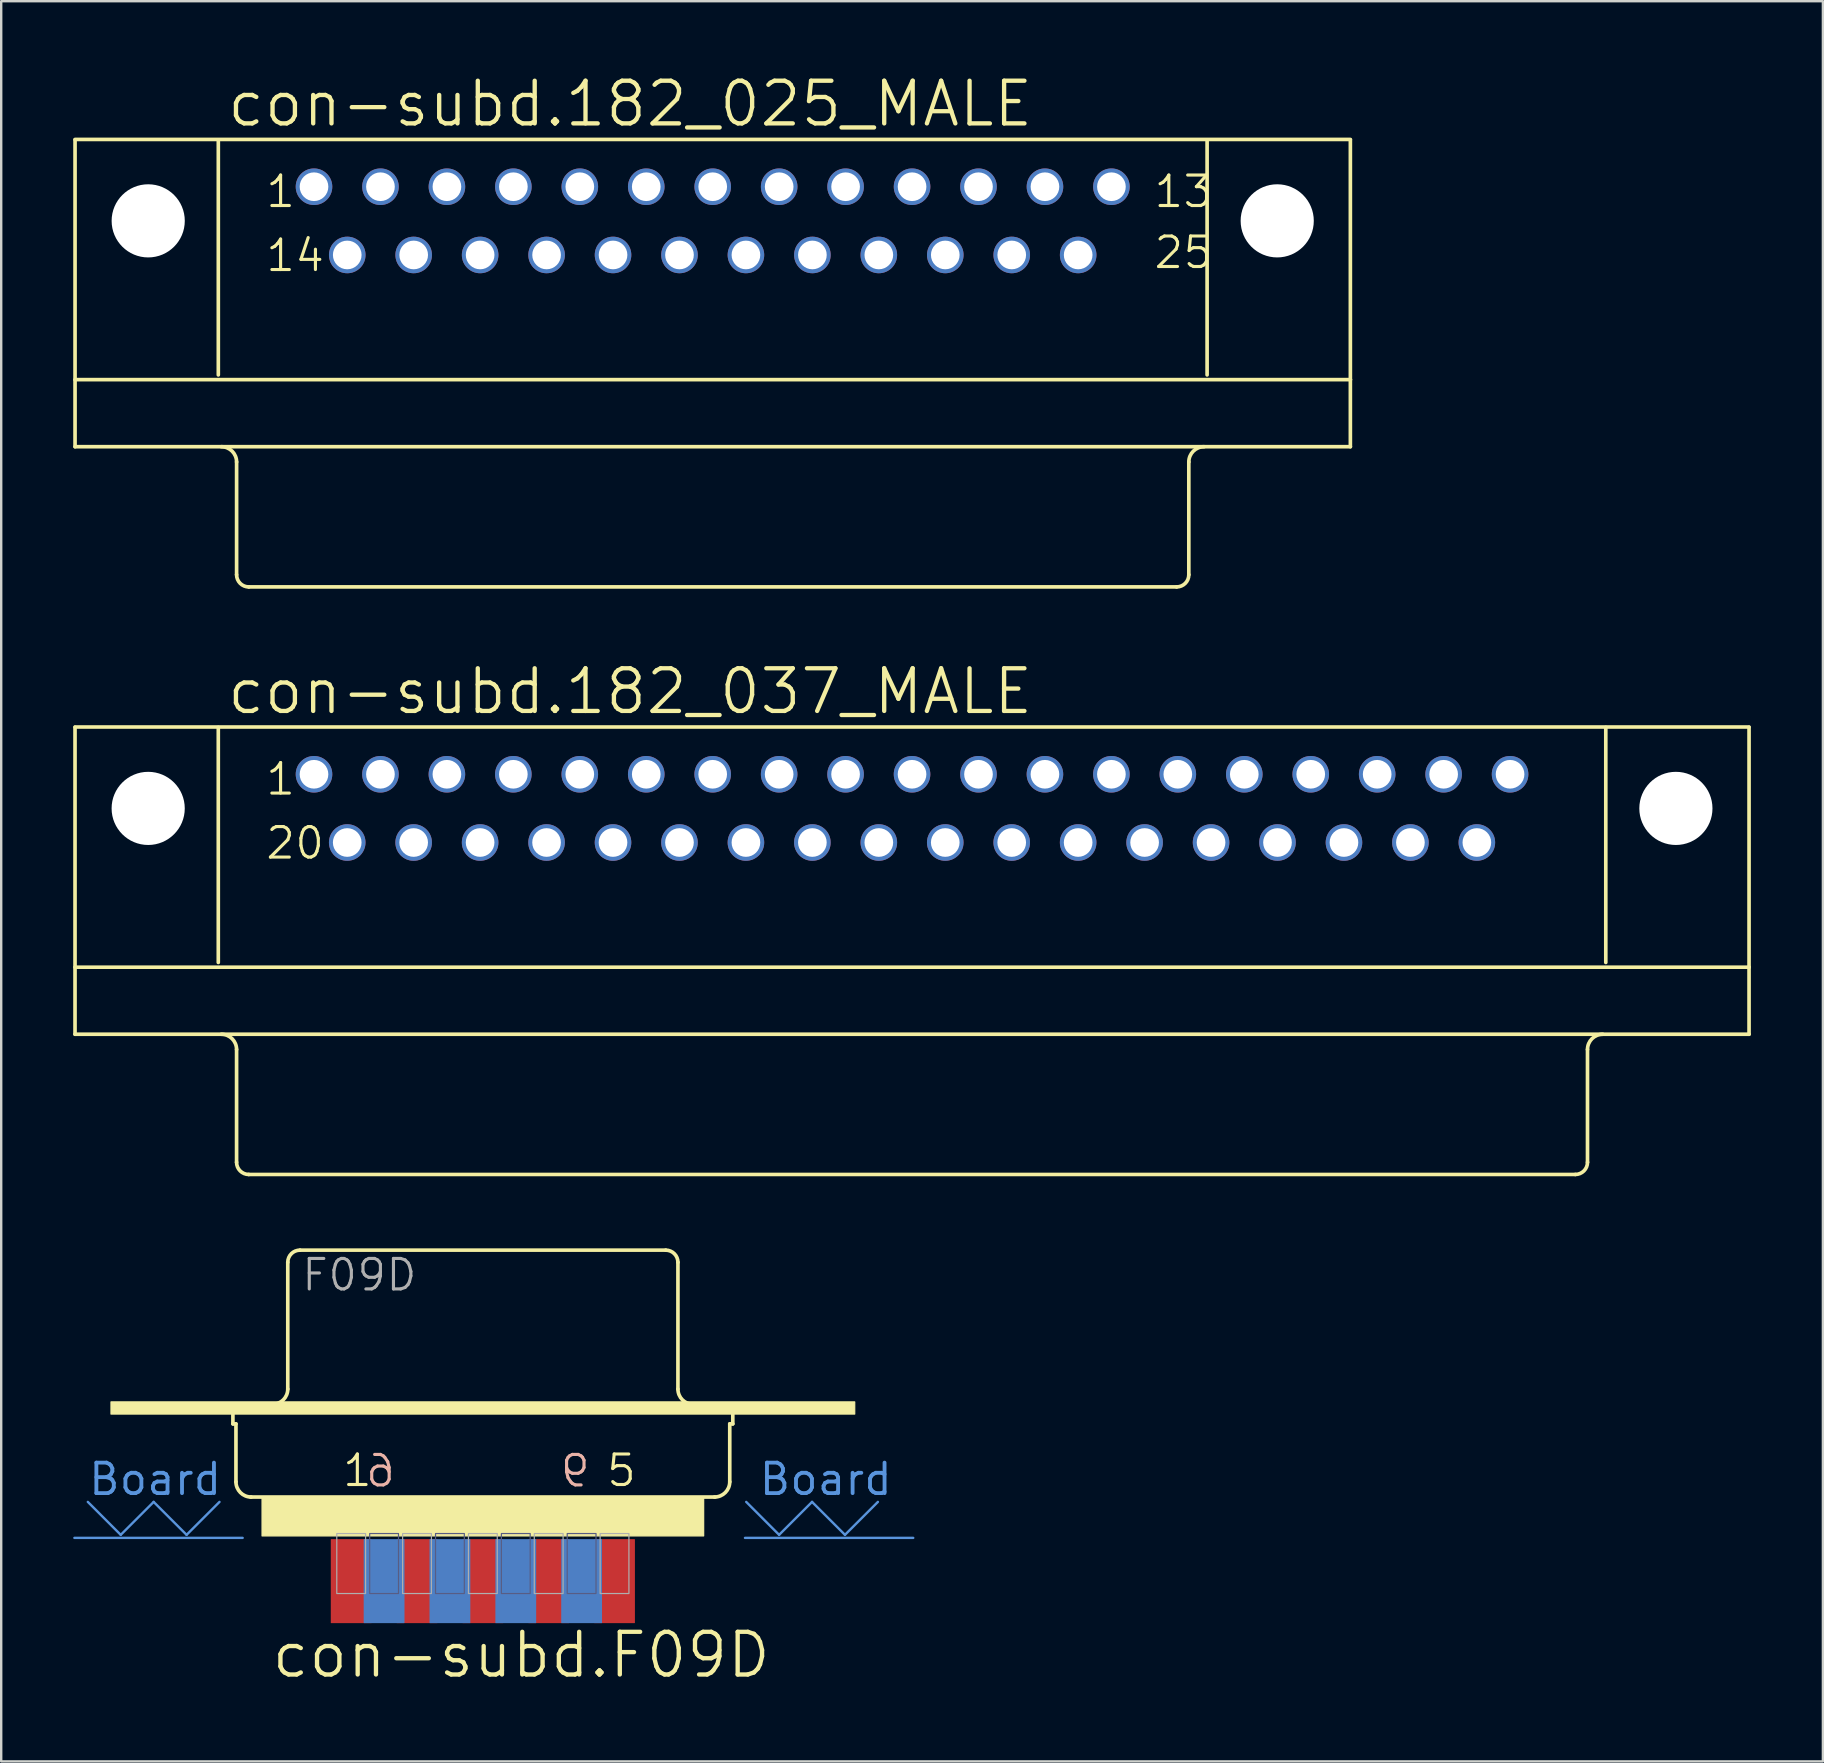
<source format=kicad_pcb>
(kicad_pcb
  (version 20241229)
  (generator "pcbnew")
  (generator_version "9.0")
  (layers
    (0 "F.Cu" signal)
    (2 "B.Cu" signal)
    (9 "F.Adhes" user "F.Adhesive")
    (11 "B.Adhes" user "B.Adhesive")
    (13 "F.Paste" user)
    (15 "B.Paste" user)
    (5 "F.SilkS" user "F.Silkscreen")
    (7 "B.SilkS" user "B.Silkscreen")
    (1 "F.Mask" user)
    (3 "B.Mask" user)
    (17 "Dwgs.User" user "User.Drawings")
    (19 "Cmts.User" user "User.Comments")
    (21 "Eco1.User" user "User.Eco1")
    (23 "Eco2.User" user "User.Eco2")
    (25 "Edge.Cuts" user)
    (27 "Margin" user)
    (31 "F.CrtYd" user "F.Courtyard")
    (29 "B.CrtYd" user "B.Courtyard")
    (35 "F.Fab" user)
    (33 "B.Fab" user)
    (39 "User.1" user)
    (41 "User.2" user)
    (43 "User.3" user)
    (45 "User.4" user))
  (footprint "con-subd.182_037_MALE"
    (layer "F.Cu")
    (at 34.95 40.133)
    (property "Reference" "con-subd.182_037_MALE" (at -28.626 -13.335 0) (layer "F.SilkS") (effects (font (size 1.778 1.778) (thickness 0.18)) (justify left bottom)))
    (attr through_hole)
    (fp_line (start -34.874 -12.875) (end -34.874 -0.091) (stroke (width 0.152) (type default)) (layer "F.SilkS"))
    (fp_line (start -28.905 -12.875) (end -28.905 -3.082) (stroke (width 0.152) (type default)) (layer "F.SilkS"))
    (fp_line (start -28.143 0.544) (end -28.143 5.243) (stroke (width 0.152) (type default)) (layer "F.SilkS"))
    (fp_line (start 27.635 5.751) (end -27.635 5.751) (stroke (width 0.152) (type default)) (layer "F.SilkS"))
    (fp_line (start 28.143 0.544) (end 28.143 5.243) (stroke (width 0.152) (type default)) (layer "F.SilkS"))
    (fp_line (start 28.905 -3.082) (end 28.905 -12.875) (stroke (width 0.152) (type default)) (layer "F.SilkS"))
    (fp_line (start 34.874 -12.893) (end -34.874 -12.893) (stroke (width 0.152) (type default)) (layer "F.SilkS"))
    (fp_line (start 34.874 -12.875) (end 34.874 -2.885) (stroke (width 0.152) (type default)) (layer "F.SilkS"))
    (fp_line (start 34.874 -2.885) (end -34.874 -2.885) (stroke (width 0.152) (type default)) (layer "F.SilkS"))
    (fp_line (start 34.874 -2.885) (end 34.874 -0.091) (stroke (width 0.152) (type default)) (layer "F.SilkS"))
    (fp_line (start 34.874 -0.091) (end -34.874 -0.091) (stroke (width 0.152) (type default)) (layer "F.SilkS"))
    (fp_arc (start -28.7782 -0.091) (mid -28.329187 0.094987) (end -28.1432 0.544) (stroke (width 0.1524) (type default)) (layer "F.SilkS"))
    (fp_arc (start -27.6352 5.751) (mid -27.99441 5.60221) (end -28.1432 5.243) (stroke (width 0.1524) (type default)) (layer "F.SilkS"))
    (fp_arc (start 28.1432 0.544) (mid 28.329187 0.094987) (end 28.7782 -0.091) (stroke (width 0.1524) (type default)) (layer "F.SilkS"))
    (fp_arc (start 28.1432 5.243) (mid 27.99441 5.60221) (end 27.6352 5.751) (stroke (width 0.1524) (type default)) (layer "F.SilkS"))
    (fp_text user "20" (at -27 -7.311 0) (layer "F.SilkS") (effects (font (size 1.27 1.27) (thickness 0.13)) (justify left bottom)))
    (fp_text user "1" (at -27 -9.978 0) (layer "F.SilkS") (effects (font (size 1.27 1.27) (thickness 0.13)) (justify left bottom)))
    (pad "" np_thru_hole circle (at -31.826 -9.501) (size 3.048 3.048) (drill 3.048) (layers "*.Cu" "*.Mask"))
    (pad "" np_thru_hole circle (at 31.826 -9.501) (size 3.048 3.048) (drill 3.048) (layers "*.Cu" "*.Mask"))
    (pad "1" thru_hole circle (at -24.917 -10.923) (size 1.524 1.524) (drill 1.194) (layers "*.Cu" "*.Mask"))
    (pad "2" thru_hole circle (at -22.149 -10.923) (size 1.524 1.524) (drill 1.194) (layers "*.Cu" "*.Mask"))
    (pad "3" thru_hole circle (at -19.38 -10.923) (size 1.524 1.524) (drill 1.194) (layers "*.Cu" "*.Mask"))
    (pad "4" thru_hole circle (at -16.612 -10.923) (size 1.524 1.524) (drill 1.194) (layers "*.Cu" "*.Mask"))
    (pad "5" thru_hole circle (at -13.843 -10.923) (size 1.524 1.524) (drill 1.194) (layers "*.Cu" "*.Mask"))
    (pad "6" thru_hole circle (at -11.074 -10.923) (size 1.524 1.524) (drill 1.194) (layers "*.Cu" "*.Mask"))
    (pad "7" thru_hole circle (at -8.306 -10.923) (size 1.524 1.524) (drill 1.194) (layers "*.Cu" "*.Mask"))
    (pad "8" thru_hole circle (at -5.537 -10.923) (size 1.524 1.524) (drill 1.194) (layers "*.Cu" "*.Mask"))
    (pad "9" thru_hole circle (at -2.769 -10.923) (size 1.524 1.524) (drill 1.194) (layers "*.Cu" "*.Mask"))
    (pad "10" thru_hole circle (at 0 -10.923) (size 1.524 1.524) (drill 1.194) (layers "*.Cu" "*.Mask"))
    (pad "11" thru_hole circle (at 2.769 -10.923) (size 1.524 1.524) (drill 1.194) (layers "*.Cu" "*.Mask"))
    (pad "12" thru_hole circle (at 5.537 -10.923) (size 1.524 1.524) (drill 1.194) (layers "*.Cu" "*.Mask"))
    (pad "13" thru_hole circle (at 8.306 -10.923) (size 1.524 1.524) (drill 1.194) (layers "*.Cu" "*.Mask"))
    (pad "14" thru_hole circle (at 11.074 -10.923) (size 1.524 1.524) (drill 1.194) (layers "*.Cu" "*.Mask"))
    (pad "15" thru_hole circle (at 13.843 -10.923) (size 1.524 1.524) (drill 1.194) (layers "*.Cu" "*.Mask"))
    (pad "16" thru_hole circle (at 16.612 -10.923) (size 1.524 1.524) (drill 1.194) (layers "*.Cu" "*.Mask"))
    (pad "17" thru_hole circle (at 19.38 -10.923) (size 1.524 1.524) (drill 1.194) (layers "*.Cu" "*.Mask"))
    (pad "18" thru_hole circle (at 22.149 -10.923) (size 1.524 1.524) (drill 1.194) (layers "*.Cu" "*.Mask"))
    (pad "19" thru_hole circle (at 24.917 -10.923) (size 1.524 1.524) (drill 1.194) (layers "*.Cu" "*.Mask"))
    (pad "20" thru_hole circle (at -23.533 -8.08) (size 1.524 1.524) (drill 1.194) (layers "*.Cu" "*.Mask"))
    (pad "21" thru_hole circle (at -20.765 -8.08) (size 1.524 1.524) (drill 1.194) (layers "*.Cu" "*.Mask"))
    (pad "22" thru_hole circle (at -17.996 -8.08) (size 1.524 1.524) (drill 1.194) (layers "*.Cu" "*.Mask"))
    (pad "23" thru_hole circle (at -15.227 -8.08) (size 1.524 1.524) (drill 1.194) (layers "*.Cu" "*.Mask"))
    (pad "24" thru_hole circle (at -12.459 -8.08) (size 1.524 1.524) (drill 1.194) (layers "*.Cu" "*.Mask"))
    (pad "25" thru_hole circle (at -9.69 -8.08) (size 1.524 1.524) (drill 1.194) (layers "*.Cu" "*.Mask"))
    (pad "26" thru_hole circle (at -6.921 -8.08) (size 1.524 1.524) (drill 1.194) (layers "*.Cu" "*.Mask"))
    (pad "27" thru_hole circle (at -4.153 -8.08) (size 1.524 1.524) (drill 1.194) (layers "*.Cu" "*.Mask"))
    (pad "28" thru_hole circle (at -1.384 -8.08) (size 1.524 1.524) (drill 1.194) (layers "*.Cu" "*.Mask"))
    (pad "29" thru_hole circle (at 1.384 -8.08) (size 1.524 1.524) (drill 1.194) (layers "*.Cu" "*.Mask"))
    (pad "30" thru_hole circle (at 4.153 -8.08) (size 1.524 1.524) (drill 1.194) (layers "*.Cu" "*.Mask"))
    (pad "31" thru_hole circle (at 6.921 -8.08) (size 1.524 1.524) (drill 1.194) (layers "*.Cu" "*.Mask"))
    (pad "32" thru_hole circle (at 9.69 -8.08) (size 1.524 1.524) (drill 1.194) (layers "*.Cu" "*.Mask"))
    (pad "33" thru_hole circle (at 12.459 -8.08) (size 1.524 1.524) (drill 1.194) (layers "*.Cu" "*.Mask"))
    (pad "34" thru_hole circle (at 15.227 -8.08) (size 1.524 1.524) (drill 1.194) (layers "*.Cu" "*.Mask"))
    (pad "35" thru_hole circle (at 17.996 -8.08) (size 1.524 1.524) (drill 1.194) (layers "*.Cu" "*.Mask"))
    (pad "36" thru_hole circle (at 20.765 -8.08) (size 1.524 1.524) (drill 1.194) (layers "*.Cu" "*.Mask"))
    (pad "37" thru_hole circle (at 23.533 -8.08) (size 1.524 1.524) (drill 1.194) (layers "*.Cu" "*.Mask")))
  (footprint "con-subd.F09D"
    (layer "F.Cu")
    (at 17.068 56.784)
    (property "Reference" "con-subd.F09D" (at -8.89 10.16 0) (layer "F.SilkS") (effects (font (size 1.778 1.778) (thickness 0.18)) (justify left bottom)))
    (attr smd)
    (fp_line (start -10.414 -0.508) (end -10.414 -1.016) (stroke (width 0.152) (type default)) (layer "F.SilkS"))
    (fp_line (start -10.414 -0.508) (end -10.287 -0.508) (stroke (width 0.152) (type default)) (layer "F.SilkS"))
    (fp_line (start -10.287 1.905) (end -10.287 -0.508) (stroke (width 0.152) (type default)) (layer "F.SilkS"))
    (fp_line (start -9.671 2.54) (end 9.671 2.54) (stroke (width 0.152) (type default)) (layer "F.SilkS"))
    (fp_line (start -8.128 -1.959) (end -8.128 -7.239) (stroke (width 0.152) (type default)) (layer "F.SilkS"))
    (fp_line (start -7.62 -7.747) (end 7.62 -7.747) (stroke (width 0.152) (type default)) (layer "F.SilkS"))
    (fp_line (start 8.128 -1.959) (end 8.128 -7.239) (stroke (width 0.152) (type default)) (layer "F.SilkS"))
    (fp_line (start 10.287 -0.508) (end 10.414 -0.508) (stroke (width 0.152) (type default)) (layer "F.SilkS"))
    (fp_line (start 10.287 1.905) (end 10.287 -0.508) (stroke (width 0.152) (type default)) (layer "F.SilkS"))
    (fp_line (start 10.414 -0.508) (end 10.414 -1.016) (stroke (width 0.152) (type default)) (layer "F.SilkS"))
    (fp_rect (start -15.494 -0.916) (end 15.494 -1.424) (stroke (width 0.05) (type default)) (fill yes) (layer "F.SilkS"))
    (fp_rect (start -9.2 4.16) (end 9.2 2.56) (stroke (width 0.05) (type default)) (fill yes) (layer "F.SilkS"))
    (fp_arc (start -9.652 2.54) (mid -10.101013 2.354013) (end -10.287 1.905) (stroke (width 0.1524) (type default)) (layer "F.SilkS"))
    (fp_arc (start -8.128 -7.239) (mid -7.97921 -7.59821) (end -7.62 -7.747) (stroke (width 0.1524) (type default)) (layer "F.SilkS"))
    (fp_arc (start -8.128 -1.959) (mid -8.313987 -1.509987) (end -8.763 -1.324) (stroke (width 0.1524) (type default)) (layer "F.SilkS"))
    (fp_arc (start 7.62 -7.747) (mid 7.97921 -7.59821) (end 8.128 -7.239) (stroke (width 0.1524) (type default)) (layer "F.SilkS"))
    (fp_arc (start 8.763 -1.324) (mid 8.313987 -1.509987) (end 8.128 -1.959) (stroke (width 0.1524) (type default)) (layer "F.SilkS"))
    (fp_arc (start 10.287 1.905) (mid 10.101013 2.354013) (end 9.652 2.54) (stroke (width 0.1524) (type default)) (layer "F.SilkS"))
    (fp_line (start -17.018 4.242) (end -10.008 4.242) (stroke (width 0.1) (type default)) (layer "Cmts.User"))
    (fp_line (start -16.459 2.743) (end -15.088 4.115) (stroke (width 0.1) (type default)) (layer "Cmts.User"))
    (fp_line (start -15.088 4.115) (end -13.716 2.743) (stroke (width 0.1) (type default)) (layer "Cmts.User"))
    (fp_line (start -13.716 2.743) (end -12.344 4.115) (stroke (width 0.1) (type default)) (layer "Cmts.User"))
    (fp_line (start -12.344 4.115) (end -10.973 2.743) (stroke (width 0.1) (type default)) (layer "Cmts.User"))
    (fp_line (start 10.922 4.242) (end 17.932 4.242) (stroke (width 0.1) (type default)) (layer "Cmts.User"))
    (fp_line (start 10.973 2.743) (end 12.344 4.115) (stroke (width 0.1) (type default)) (layer "Cmts.User"))
    (fp_line (start 12.344 4.115) (end 13.716 2.743) (stroke (width 0.1) (type default)) (layer "Cmts.User"))
    (fp_line (start 13.716 2.743) (end 15.088 4.115) (stroke (width 0.1) (type default)) (layer "Cmts.User"))
    (fp_line (start 15.088 4.115) (end 16.459 2.743) (stroke (width 0.1) (type default)) (layer "Cmts.User"))
    (fp_rect (start -4.715 6.56) (end -3.515 4.06) (stroke (width 0.05) (type default)) (fill no) (layer "B.Fab"))
    (fp_rect (start -1.972 6.56) (end -0.772 4.06) (stroke (width 0.05) (type default)) (fill no) (layer "B.Fab"))
    (fp_rect (start 0.772 6.56) (end 1.972 4.06) (stroke (width 0.05) (type default)) (fill no) (layer "B.Fab"))
    (fp_rect (start 3.515 6.56) (end 4.715 4.06) (stroke (width 0.05) (type default)) (fill no) (layer "B.Fab"))
    (fp_rect (start -6.086 6.56) (end -4.886 4.06) (stroke (width 0.05) (type default)) (fill no) (layer "F.Fab"))
    (fp_rect (start -3.343 6.56) (end -2.143 4.06) (stroke (width 0.05) (type default)) (fill no) (layer "F.Fab"))
    (fp_rect (start -0.6 6.56) (end 0.6 4.06) (stroke (width 0.05) (type default)) (fill no) (layer "F.Fab"))
    (fp_rect (start 2.143 6.56) (end 3.343 4.06) (stroke (width 0.05) (type default)) (fill no) (layer "F.Fab"))
    (fp_rect (start 4.886 6.56) (end 6.086 4.06) (stroke (width 0.05) (type default)) (fill no) (layer "F.Fab"))
    (fp_text user "5" (at 5.085 2.179 0) (layer "F.SilkS") (effects (font (size 1.27 1.27) (thickness 0.13)) (justify left bottom)))
    (fp_text user "1" (at -5.92 2.179 0) (layer "F.SilkS") (effects (font (size 1.27 1.27) (thickness 0.13)) (justify left bottom)))
    (fp_text user "6" (at -3.577 2.197 0) (layer "B.SilkS") (effects (font (size 1.27 1.27) (thickness 0.13)) (justify left bottom mirror)))
    (fp_text user "9" (at 4.542 2.197 0) (layer "B.SilkS") (effects (font (size 1.27 1.27) (thickness 0.13)) (justify left bottom mirror)))
    (fp_text user "Board " (at -16.51 2.54 0) (layer "Cmts.User") (effects (font (size 1.27 1.27) (thickness 0.16)) (justify left bottom)))
    (fp_text user "Board" (at 11.43 2.54 0) (layer "Cmts.User") (effects (font (size 1.27 1.27) (thickness 0.16)) (justify left bottom)))
    (fp_text user "F09D" (at -7.62 -5.969 0) (layer "F.Fab") (effects (font (size 1.27 1.27) (thickness 0.13)) (justify left bottom)))
    (pad "1" smd roundrect (at -5.486 6.045) (size 1.7 3.5) (layers "F.Cu" "F.Mask" "F.Paste") (roundrect_rratio 0.01))
    (pad "2" smd roundrect (at -2.743 6.045) (size 1.7 3.5) (layers "F.Cu" "F.Mask" "F.Paste") (roundrect_rratio 0.01))
    (pad "3" smd roundrect (at 0 6.045) (size 1.7 3.5) (layers "F.Cu" "F.Mask" "F.Paste") (roundrect_rratio 0.01))
    (pad "4" smd roundrect (at 2.743 6.045) (size 1.7 3.5) (layers "F.Cu" "F.Mask" "F.Paste") (roundrect_rratio 0.01))
    (pad "5" smd roundrect (at 5.486 6.045) (size 1.7 3.5) (layers "F.Cu" "F.Mask" "F.Paste") (roundrect_rratio 0.01))
    (pad "6" smd roundrect (at -4.115 6.045) (size 1.7 3.5) (layers "B.Cu" "B.Mask" "B.Paste") (roundrect_rratio 0.01))
    (pad "7" smd roundrect (at -1.372 6.045) (size 1.7 3.5) (layers "B.Cu" "B.Mask" "B.Paste") (roundrect_rratio 0.01))
    (pad "8" smd roundrect (at 1.372 6.045) (size 1.7 3.5) (layers "B.Cu" "B.Mask" "B.Paste") (roundrect_rratio 0.01))
    (pad "9" smd roundrect (at 4.115 6.045) (size 1.7 3.5) (layers "B.Cu" "B.Mask" "B.Paste") (roundrect_rratio 0.01)))
  (footprint "con-subd.182_025_MALE"
    (layer "F.Cu")
    (at 26.645 15.653)
    (property "Reference" "con-subd.182_025_MALE" (at -20.32 -13.335 0) (layer "F.SilkS") (effects (font (size 1.778 1.778) (thickness 0.18)) (justify left bottom)))
    (attr through_hole)
    (fp_line (start -26.568 -12.875) (end -26.568 -0.091) (stroke (width 0.152) (type default)) (layer "F.SilkS"))
    (fp_line (start -20.599 -12.875) (end -20.599 -3.082) (stroke (width 0.152) (type default)) (layer "F.SilkS"))
    (fp_line (start -19.837 0.544) (end -19.837 5.243) (stroke (width 0.152) (type default)) (layer "F.SilkS"))
    (fp_line (start 19.329 5.751) (end -19.329 5.751) (stroke (width 0.152) (type default)) (layer "F.SilkS"))
    (fp_line (start 19.837 0.544) (end 19.837 5.243) (stroke (width 0.152) (type default)) (layer "F.SilkS"))
    (fp_line (start 20.599 -3.082) (end 20.599 -12.875) (stroke (width 0.152) (type default)) (layer "F.SilkS"))
    (fp_line (start 26.568 -12.893) (end -26.568 -12.893) (stroke (width 0.152) (type default)) (layer "F.SilkS"))
    (fp_line (start 26.568 -12.875) (end 26.568 -2.885) (stroke (width 0.152) (type default)) (layer "F.SilkS"))
    (fp_line (start 26.568 -2.885) (end -26.568 -2.885) (stroke (width 0.152) (type default)) (layer "F.SilkS"))
    (fp_line (start 26.568 -2.885) (end 26.568 -0.091) (stroke (width 0.152) (type default)) (layer "F.SilkS"))
    (fp_line (start 26.568 -0.091) (end -26.568 -0.091) (stroke (width 0.152) (type default)) (layer "F.SilkS"))
    (fp_arc (start -20.4724 -0.091) (mid -20.023387 0.094987) (end -19.8374 0.544) (stroke (width 0.1524) (type default)) (layer "F.SilkS"))
    (fp_arc (start -19.3294 5.751) (mid -19.68861 5.60221) (end -19.8374 5.243) (stroke (width 0.1524) (type default)) (layer "F.SilkS"))
    (fp_arc (start 19.8374 0.544) (mid 20.023387 0.094987) (end 20.4724 -0.091) (stroke (width 0.1524) (type default)) (layer "F.SilkS"))
    (fp_arc (start 19.8374 5.243) (mid 19.68861 5.60221) (end 19.3294 5.751) (stroke (width 0.1524) (type default)) (layer "F.SilkS"))
    (fp_text user "1" (at -18.694 -9.978 0) (layer "F.SilkS") (effects (font (size 1.27 1.27) (thickness 0.13)) (justify left bottom)))
    (fp_text user "25" (at 18.313 -7.438 0) (layer "F.SilkS") (effects (font (size 1.27 1.27) (thickness 0.13)) (justify left bottom)))
    (fp_text user "13" (at 18.313 -9.978 0) (layer "F.SilkS") (effects (font (size 1.27 1.27) (thickness 0.13)) (justify left bottom)))
    (fp_text user "14" (at -18.694 -7.311 0) (layer "F.SilkS") (effects (font (size 1.27 1.27) (thickness 0.13)) (justify left bottom)))
    (pad "" np_thru_hole circle (at -23.52 -9.501) (size 3.048 3.048) (drill 3.048) (layers "*.Cu" "*.Mask"))
    (pad "" np_thru_hole circle (at 23.52 -9.501) (size 3.048 3.048) (drill 3.048) (layers "*.Cu" "*.Mask"))
    (pad "1" thru_hole circle (at -16.612 -10.923) (size 1.524 1.524) (drill 1.194) (layers "*.Cu" "*.Mask"))
    (pad "2" thru_hole circle (at -13.843 -10.923) (size 1.524 1.524) (drill 1.194) (layers "*.Cu" "*.Mask"))
    (pad "3" thru_hole circle (at -11.074 -10.923) (size 1.524 1.524) (drill 1.194) (layers "*.Cu" "*.Mask"))
    (pad "4" thru_hole circle (at -8.306 -10.923) (size 1.524 1.524) (drill 1.194) (layers "*.Cu" "*.Mask"))
    (pad "5" thru_hole circle (at -5.537 -10.923) (size 1.524 1.524) (drill 1.194) (layers "*.Cu" "*.Mask"))
    (pad "6" thru_hole circle (at -2.769 -10.923) (size 1.524 1.524) (drill 1.194) (layers "*.Cu" "*.Mask"))
    (pad "7" thru_hole circle (at 0 -10.923) (size 1.524 1.524) (drill 1.194) (layers "*.Cu" "*.Mask"))
    (pad "8" thru_hole circle (at 2.769 -10.923) (size 1.524 1.524) (drill 1.194) (layers "*.Cu" "*.Mask"))
    (pad "9" thru_hole circle (at 5.537 -10.923) (size 1.524 1.524) (drill 1.194) (layers "*.Cu" "*.Mask"))
    (pad "10" thru_hole circle (at 8.306 -10.923) (size 1.524 1.524) (drill 1.194) (layers "*.Cu" "*.Mask"))
    (pad "11" thru_hole circle (at 11.074 -10.923) (size 1.524 1.524) (drill 1.194) (layers "*.Cu" "*.Mask"))
    (pad "12" thru_hole circle (at 13.843 -10.923) (size 1.524 1.524) (drill 1.194) (layers "*.Cu" "*.Mask"))
    (pad "13" thru_hole circle (at 16.612 -10.923) (size 1.524 1.524) (drill 1.194) (layers "*.Cu" "*.Mask"))
    (pad "14" thru_hole circle (at -15.227 -8.08) (size 1.524 1.524) (drill 1.194) (layers "*.Cu" "*.Mask"))
    (pad "15" thru_hole circle (at -12.459 -8.08) (size 1.524 1.524) (drill 1.194) (layers "*.Cu" "*.Mask"))
    (pad "16" thru_hole circle (at -9.69 -8.08) (size 1.524 1.524) (drill 1.194) (layers "*.Cu" "*.Mask"))
    (pad "17" thru_hole circle (at -6.921 -8.08) (size 1.524 1.524) (drill 1.194) (layers "*.Cu" "*.Mask"))
    (pad "18" thru_hole circle (at -4.153 -8.08) (size 1.524 1.524) (drill 1.194) (layers "*.Cu" "*.Mask"))
    (pad "19" thru_hole circle (at -1.384 -8.08) (size 1.524 1.524) (drill 1.194) (layers "*.Cu" "*.Mask"))
    (pad "20" thru_hole circle (at 1.384 -8.08) (size 1.524 1.524) (drill 1.194) (layers "*.Cu" "*.Mask"))
    (pad "21" thru_hole circle (at 4.153 -8.08) (size 1.524 1.524) (drill 1.194) (layers "*.Cu" "*.Mask"))
    (pad "22" thru_hole circle (at 6.921 -8.08) (size 1.524 1.524) (drill 1.194) (layers "*.Cu" "*.Mask"))
    (pad "23" thru_hole circle (at 9.69 -8.08) (size 1.524 1.524) (drill 1.194) (layers "*.Cu" "*.Mask"))
    (pad "24" thru_hole circle (at 12.459 -8.08) (size 1.524 1.524) (drill 1.194) (layers "*.Cu" "*.Mask"))
    (pad "25" thru_hole circle (at 15.227 -8.08) (size 1.524 1.524) (drill 1.194) (layers "*.Cu" "*.Mask")))
  (gr_rect
    (start -3 -3)
    (end 72.901 70.338)
    (stroke (width 0.1) (type default))
    (fill no)
    (layer "Edge.Cuts")))
</source>
